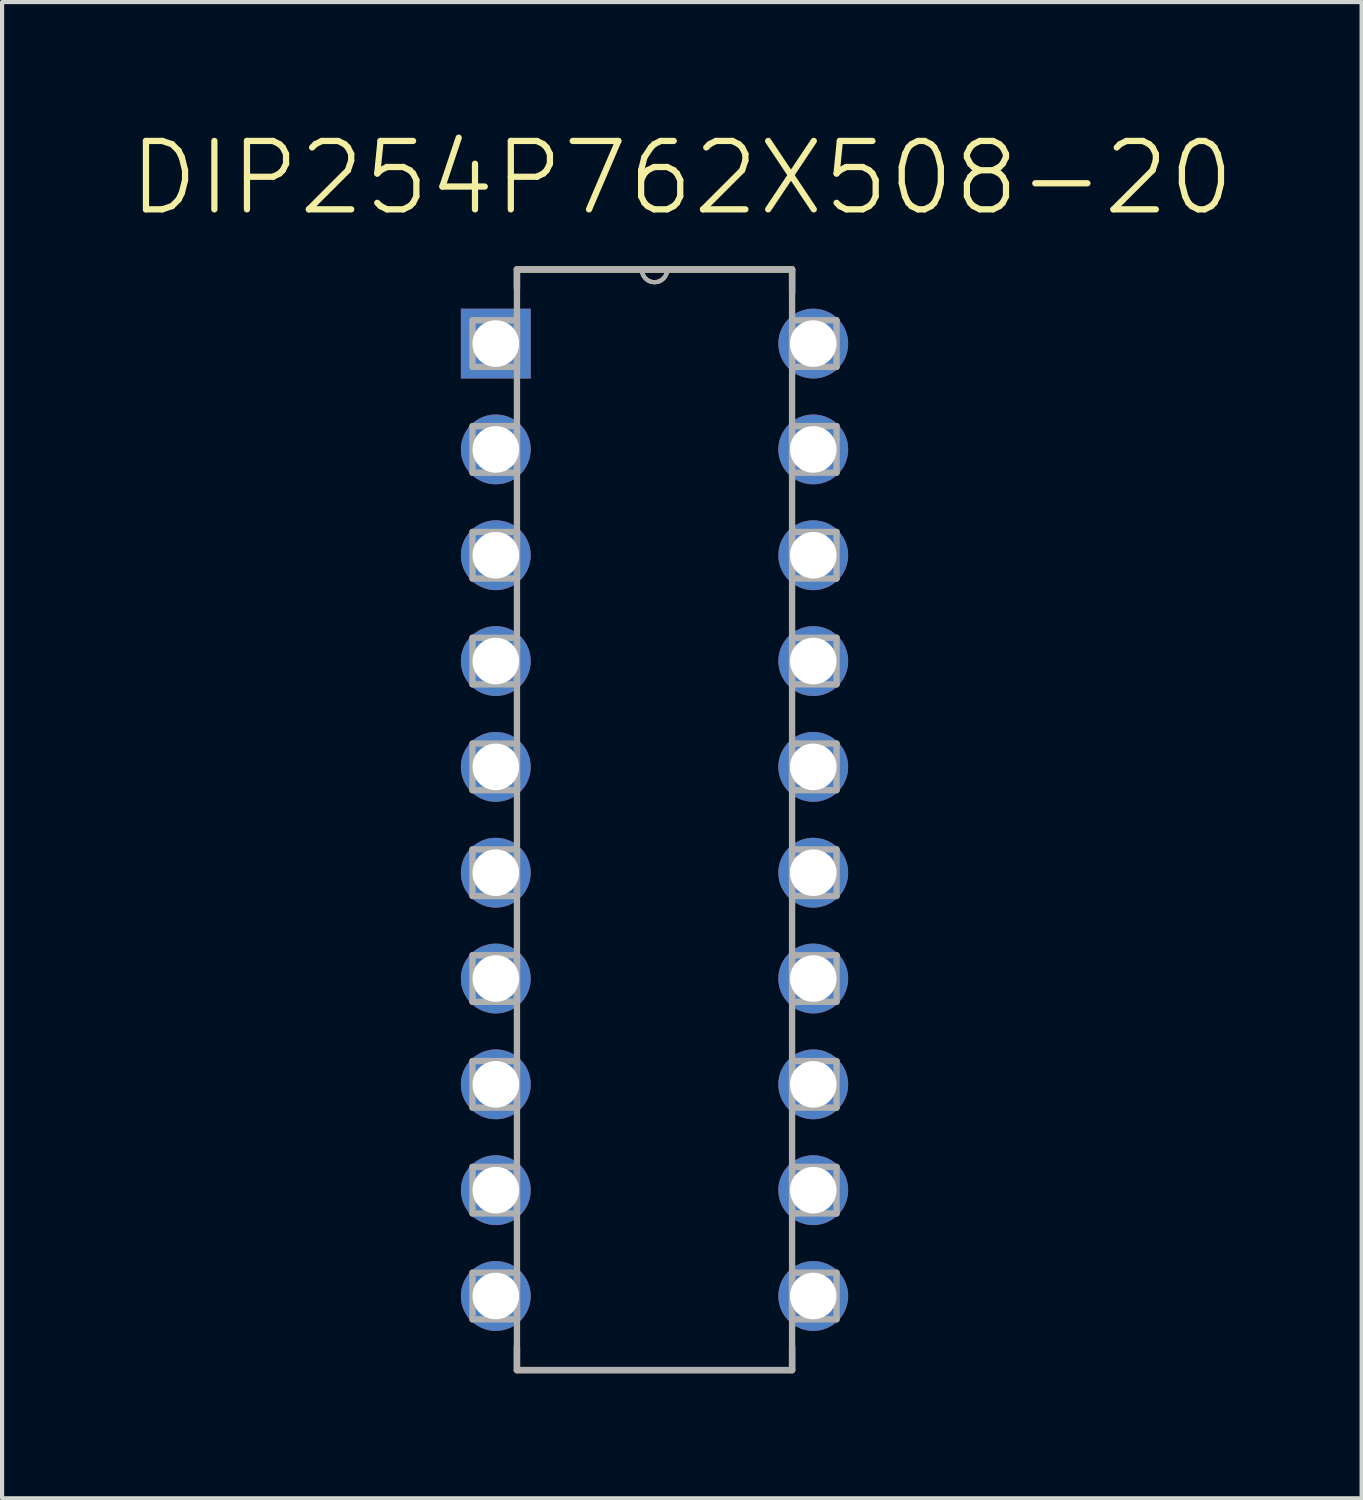
<source format=kicad_pcb>
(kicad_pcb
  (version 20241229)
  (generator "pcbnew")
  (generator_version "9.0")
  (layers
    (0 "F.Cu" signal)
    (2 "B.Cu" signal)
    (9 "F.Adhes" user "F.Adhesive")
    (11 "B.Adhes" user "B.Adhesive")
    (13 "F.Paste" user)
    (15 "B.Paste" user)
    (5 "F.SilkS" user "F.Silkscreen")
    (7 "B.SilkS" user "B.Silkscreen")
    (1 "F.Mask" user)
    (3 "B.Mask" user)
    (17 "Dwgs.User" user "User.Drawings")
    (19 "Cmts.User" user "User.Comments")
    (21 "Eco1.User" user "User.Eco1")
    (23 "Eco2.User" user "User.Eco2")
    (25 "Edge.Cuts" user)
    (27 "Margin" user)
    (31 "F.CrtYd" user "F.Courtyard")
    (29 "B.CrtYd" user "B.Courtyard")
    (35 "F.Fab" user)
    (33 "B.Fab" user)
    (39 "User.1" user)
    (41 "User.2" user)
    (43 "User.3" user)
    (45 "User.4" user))
  (footprint "DIP254P762X508-20"
    (layer "F.Cu")
    (at 16.47 28.057)
    (property "Reference" "DIP254P762X508-20" (at -3.154 -26.834 0) (layer "F.SilkS") (effects (font (size 1.642 1.642) (thickness 0.15))))
    (attr through_hole)
    (fp_line (start -7.112 -24.638) (end -7.112 -24.181) (stroke (width 0.152) (type solid)) (layer "F.SilkS"))
    (fp_line (start -7.112 1.219) (end -7.112 1.778) (stroke (width 0.152) (type solid)) (layer "F.SilkS"))
    (fp_line (start -7.112 1.778) (end -0.508 1.778) (stroke (width 0.152) (type solid)) (layer "F.SilkS"))
    (fp_line (start -4.115 -24.638) (end -7.112 -24.638) (stroke (width 0.152) (type solid)) (layer "F.SilkS"))
    (fp_line (start -3.505 -24.638) (end -4.115 -24.638) (stroke (width 0.152) (type solid)) (layer "F.SilkS"))
    (fp_line (start -0.508 -24.638) (end -3.505 -24.638) (stroke (width 0.152) (type solid)) (layer "F.SilkS"))
    (fp_line (start -0.508 -24.079) (end -0.508 -24.638) (stroke (width 0.152) (type solid)) (layer "F.SilkS"))
    (fp_line (start -0.508 1.778) (end -0.508 1.219) (stroke (width 0.152) (type solid)) (layer "F.SilkS"))
    (fp_arc (start -3.5052 -24.638) (mid -3.81 -24.3332) (end -4.1148 -24.638) (stroke (width 0.1) (type solid)) (layer "F.SilkS"))
    (fp_line (start -8.179 -23.419) (end -8.179 -22.301) (stroke (width 0.152) (type solid)) (layer "F.Fab"))
    (fp_line (start -8.179 -22.301) (end -7.112 -22.301) (stroke (width 0.152) (type solid)) (layer "F.Fab"))
    (fp_line (start -8.179 -20.879) (end -8.179 -19.761) (stroke (width 0.152) (type solid)) (layer "F.Fab"))
    (fp_line (start -8.179 -19.761) (end -7.112 -19.761) (stroke (width 0.152) (type solid)) (layer "F.Fab"))
    (fp_line (start -8.179 -18.339) (end -8.179 -17.221) (stroke (width 0.152) (type solid)) (layer "F.Fab"))
    (fp_line (start -8.179 -17.221) (end -7.112 -17.221) (stroke (width 0.152) (type solid)) (layer "F.Fab"))
    (fp_line (start -8.179 -15.799) (end -8.179 -14.681) (stroke (width 0.152) (type solid)) (layer "F.Fab"))
    (fp_line (start -8.179 -14.681) (end -7.112 -14.681) (stroke (width 0.152) (type solid)) (layer "F.Fab"))
    (fp_line (start -8.179 -13.259) (end -8.179 -12.141) (stroke (width 0.152) (type solid)) (layer "F.Fab"))
    (fp_line (start -8.179 -12.141) (end -7.112 -12.141) (stroke (width 0.152) (type solid)) (layer "F.Fab"))
    (fp_line (start -8.179 -10.719) (end -8.179 -9.601) (stroke (width 0.152) (type solid)) (layer "F.Fab"))
    (fp_line (start -8.179 -9.601) (end -7.112 -9.601) (stroke (width 0.152) (type solid)) (layer "F.Fab"))
    (fp_line (start -8.179 -8.179) (end -8.179 -7.061) (stroke (width 0.152) (type solid)) (layer "F.Fab"))
    (fp_line (start -8.179 -7.061) (end -7.112 -7.061) (stroke (width 0.152) (type solid)) (layer "F.Fab"))
    (fp_line (start -8.179 -5.639) (end -8.179 -4.521) (stroke (width 0.152) (type solid)) (layer "F.Fab"))
    (fp_line (start -8.179 -4.521) (end -7.112 -4.521) (stroke (width 0.152) (type solid)) (layer "F.Fab"))
    (fp_line (start -8.179 -3.099) (end -8.179 -1.981) (stroke (width 0.152) (type solid)) (layer "F.Fab"))
    (fp_line (start -8.179 -1.981) (end -7.112 -1.981) (stroke (width 0.152) (type solid)) (layer "F.Fab"))
    (fp_line (start -8.179 -0.559) (end -8.179 0.559) (stroke (width 0.152) (type solid)) (layer "F.Fab"))
    (fp_line (start -8.179 0.559) (end -7.112 0.559) (stroke (width 0.152) (type solid)) (layer "F.Fab"))
    (fp_line (start -7.112 -24.638) (end -7.112 1.778) (stroke (width 0.152) (type solid)) (layer "F.Fab"))
    (fp_line (start -7.112 -23.419) (end -8.179 -23.419) (stroke (width 0.152) (type solid)) (layer "F.Fab"))
    (fp_line (start -7.112 -22.301) (end -7.112 -23.419) (stroke (width 0.152) (type solid)) (layer "F.Fab"))
    (fp_line (start -7.112 -20.879) (end -8.179 -20.879) (stroke (width 0.152) (type solid)) (layer "F.Fab"))
    (fp_line (start -7.112 -19.761) (end -7.112 -20.879) (stroke (width 0.152) (type solid)) (layer "F.Fab"))
    (fp_line (start -7.112 -18.339) (end -8.179 -18.339) (stroke (width 0.152) (type solid)) (layer "F.Fab"))
    (fp_line (start -7.112 -17.221) (end -7.112 -18.339) (stroke (width 0.152) (type solid)) (layer "F.Fab"))
    (fp_line (start -7.112 -15.799) (end -8.179 -15.799) (stroke (width 0.152) (type solid)) (layer "F.Fab"))
    (fp_line (start -7.112 -14.681) (end -7.112 -15.799) (stroke (width 0.152) (type solid)) (layer "F.Fab"))
    (fp_line (start -7.112 -13.259) (end -8.179 -13.259) (stroke (width 0.152) (type solid)) (layer "F.Fab"))
    (fp_line (start -7.112 -12.141) (end -7.112 -13.259) (stroke (width 0.152) (type solid)) (layer "F.Fab"))
    (fp_line (start -7.112 -10.719) (end -8.179 -10.719) (stroke (width 0.152) (type solid)) (layer "F.Fab"))
    (fp_line (start -7.112 -9.601) (end -7.112 -10.719) (stroke (width 0.152) (type solid)) (layer "F.Fab"))
    (fp_line (start -7.112 -8.179) (end -8.179 -8.179) (stroke (width 0.152) (type solid)) (layer "F.Fab"))
    (fp_line (start -7.112 -7.061) (end -7.112 -8.179) (stroke (width 0.152) (type solid)) (layer "F.Fab"))
    (fp_line (start -7.112 -5.639) (end -8.179 -5.639) (stroke (width 0.152) (type solid)) (layer "F.Fab"))
    (fp_line (start -7.112 -4.521) (end -7.112 -5.639) (stroke (width 0.152) (type solid)) (layer "F.Fab"))
    (fp_line (start -7.112 -3.099) (end -8.179 -3.099) (stroke (width 0.152) (type solid)) (layer "F.Fab"))
    (fp_line (start -7.112 -1.981) (end -7.112 -3.099) (stroke (width 0.152) (type solid)) (layer "F.Fab"))
    (fp_line (start -7.112 -0.559) (end -8.179 -0.559) (stroke (width 0.152) (type solid)) (layer "F.Fab"))
    (fp_line (start -7.112 0.559) (end -7.112 -0.559) (stroke (width 0.152) (type solid)) (layer "F.Fab"))
    (fp_line (start -7.112 1.778) (end -0.508 1.778) (stroke (width 0.152) (type solid)) (layer "F.Fab"))
    (fp_line (start -4.115 -24.638) (end -7.112 -24.638) (stroke (width 0.152) (type solid)) (layer "F.Fab"))
    (fp_line (start -3.505 -24.638) (end -4.115 -24.638) (stroke (width 0.152) (type solid)) (layer "F.Fab"))
    (fp_line (start -0.508 -24.638) (end -3.505 -24.638) (stroke (width 0.152) (type solid)) (layer "F.Fab"))
    (fp_line (start -0.508 -23.419) (end -0.508 -22.301) (stroke (width 0.152) (type solid)) (layer "F.Fab"))
    (fp_line (start -0.508 -22.301) (end 0.559 -22.301) (stroke (width 0.152) (type solid)) (layer "F.Fab"))
    (fp_line (start -0.508 -20.879) (end -0.508 -19.761) (stroke (width 0.152) (type solid)) (layer "F.Fab"))
    (fp_line (start -0.508 -19.761) (end 0.559 -19.761) (stroke (width 0.152) (type solid)) (layer "F.Fab"))
    (fp_line (start -0.508 -18.339) (end -0.508 -17.221) (stroke (width 0.152) (type solid)) (layer "F.Fab"))
    (fp_line (start -0.508 -17.221) (end 0.559 -17.221) (stroke (width 0.152) (type solid)) (layer "F.Fab"))
    (fp_line (start -0.508 -15.799) (end -0.508 -14.681) (stroke (width 0.152) (type solid)) (layer "F.Fab"))
    (fp_line (start -0.508 -14.681) (end 0.559 -14.681) (stroke (width 0.152) (type solid)) (layer "F.Fab"))
    (fp_line (start -0.508 -13.259) (end -0.508 -12.141) (stroke (width 0.152) (type solid)) (layer "F.Fab"))
    (fp_line (start -0.508 -12.141) (end 0.559 -12.141) (stroke (width 0.152) (type solid)) (layer "F.Fab"))
    (fp_line (start -0.508 -10.719) (end -0.508 -9.601) (stroke (width 0.152) (type solid)) (layer "F.Fab"))
    (fp_line (start -0.508 -9.601) (end 0.559 -9.601) (stroke (width 0.152) (type solid)) (layer "F.Fab"))
    (fp_line (start -0.508 -8.179) (end -0.508 -7.061) (stroke (width 0.152) (type solid)) (layer "F.Fab"))
    (fp_line (start -0.508 -7.061) (end 0.559 -7.061) (stroke (width 0.152) (type solid)) (layer "F.Fab"))
    (fp_line (start -0.508 -5.639) (end -0.508 -4.521) (stroke (width 0.152) (type solid)) (layer "F.Fab"))
    (fp_line (start -0.508 -4.521) (end 0.559 -4.521) (stroke (width 0.152) (type solid)) (layer "F.Fab"))
    (fp_line (start -0.508 -3.099) (end -0.508 -1.981) (stroke (width 0.152) (type solid)) (layer "F.Fab"))
    (fp_line (start -0.508 -1.981) (end 0.559 -1.981) (stroke (width 0.152) (type solid)) (layer "F.Fab"))
    (fp_line (start -0.508 -0.559) (end -0.508 0.559) (stroke (width 0.152) (type solid)) (layer "F.Fab"))
    (fp_line (start -0.508 0.559) (end 0.559 0.559) (stroke (width 0.152) (type solid)) (layer "F.Fab"))
    (fp_line (start -0.508 1.778) (end -0.508 -24.638) (stroke (width 0.152) (type solid)) (layer "F.Fab"))
    (fp_line (start 0.559 -23.419) (end -0.508 -23.419) (stroke (width 0.152) (type solid)) (layer "F.Fab"))
    (fp_line (start 0.559 -22.301) (end 0.559 -23.419) (stroke (width 0.152) (type solid)) (layer "F.Fab"))
    (fp_line (start 0.559 -20.879) (end -0.508 -20.879) (stroke (width 0.152) (type solid)) (layer "F.Fab"))
    (fp_line (start 0.559 -19.761) (end 0.559 -20.879) (stroke (width 0.152) (type solid)) (layer "F.Fab"))
    (fp_line (start 0.559 -18.339) (end -0.508 -18.339) (stroke (width 0.152) (type solid)) (layer "F.Fab"))
    (fp_line (start 0.559 -17.221) (end 0.559 -18.339) (stroke (width 0.152) (type solid)) (layer "F.Fab"))
    (fp_line (start 0.559 -15.799) (end -0.508 -15.799) (stroke (width 0.152) (type solid)) (layer "F.Fab"))
    (fp_line (start 0.559 -14.681) (end 0.559 -15.799) (stroke (width 0.152) (type solid)) (layer "F.Fab"))
    (fp_line (start 0.559 -13.259) (end -0.508 -13.259) (stroke (width 0.152) (type solid)) (layer "F.Fab"))
    (fp_line (start 0.559 -12.141) (end 0.559 -13.259) (stroke (width 0.152) (type solid)) (layer "F.Fab"))
    (fp_line (start 0.559 -10.719) (end -0.508 -10.719) (stroke (width 0.152) (type solid)) (layer "F.Fab"))
    (fp_line (start 0.559 -9.601) (end 0.559 -10.719) (stroke (width 0.152) (type solid)) (layer "F.Fab"))
    (fp_line (start 0.559 -8.179) (end -0.508 -8.179) (stroke (width 0.152) (type solid)) (layer "F.Fab"))
    (fp_line (start 0.559 -7.061) (end 0.559 -8.179) (stroke (width 0.152) (type solid)) (layer "F.Fab"))
    (fp_line (start 0.559 -5.639) (end -0.508 -5.639) (stroke (width 0.152) (type solid)) (layer "F.Fab"))
    (fp_line (start 0.559 -4.521) (end 0.559 -5.639) (stroke (width 0.152) (type solid)) (layer "F.Fab"))
    (fp_line (start 0.559 -3.099) (end -0.508 -3.099) (stroke (width 0.152) (type solid)) (layer "F.Fab"))
    (fp_line (start 0.559 -1.981) (end 0.559 -3.099) (stroke (width 0.152) (type solid)) (layer "F.Fab"))
    (fp_line (start 0.559 -0.559) (end -0.508 -0.559) (stroke (width 0.152) (type solid)) (layer "F.Fab"))
    (fp_line (start 0.559 0.559) (end 0.559 -0.559) (stroke (width 0.152) (type solid)) (layer "F.Fab"))
    (fp_arc (start -3.5052 -24.638) (mid -3.81 -24.3332) (end -4.1148 -24.638) (stroke (width 0.1) (type solid)) (layer "F.Fab"))
    (pad "1" thru_hole rect (at -7.62 -22.86) (size 1.676 1.676) (drill 1.118) (layers "*.Cu" "*.Mask"))
    (pad "2" thru_hole circle (at -7.62 -20.32) (size 1.676 1.676) (drill 1.118) (layers "*.Cu" "*.Mask"))
    (pad "3" thru_hole circle (at -7.62 -17.78) (size 1.676 1.676) (drill 1.118) (layers "*.Cu" "*.Mask"))
    (pad "4" thru_hole circle (at -7.62 -15.24) (size 1.676 1.676) (drill 1.118) (layers "*.Cu" "*.Mask"))
    (pad "5" thru_hole circle (at -7.62 -12.7) (size 1.676 1.676) (drill 1.118) (layers "*.Cu" "*.Mask"))
    (pad "6" thru_hole circle (at -7.62 -10.16) (size 1.676 1.676) (drill 1.118) (layers "*.Cu" "*.Mask"))
    (pad "7" thru_hole circle (at -7.62 -7.62) (size 1.676 1.676) (drill 1.118) (layers "*.Cu" "*.Mask"))
    (pad "8" thru_hole circle (at -7.62 -5.08) (size 1.676 1.676) (drill 1.118) (layers "*.Cu" "*.Mask"))
    (pad "9" thru_hole circle (at -7.62 -2.54) (size 1.676 1.676) (drill 1.118) (layers "*.Cu" "*.Mask"))
    (pad "10" thru_hole circle (at -7.62 0) (size 1.676 1.676) (drill 1.118) (layers "*.Cu" "*.Mask"))
    (pad "11" thru_hole circle (at 0 0) (size 1.676 1.676) (drill 1.118) (layers "*.Cu" "*.Mask"))
    (pad "12" thru_hole circle (at 0 -2.54) (size 1.676 1.676) (drill 1.118) (layers "*.Cu" "*.Mask"))
    (pad "13" thru_hole circle (at 0 -5.08) (size 1.676 1.676) (drill 1.118) (layers "*.Cu" "*.Mask"))
    (pad "14" thru_hole circle (at 0 -7.62) (size 1.676 1.676) (drill 1.118) (layers "*.Cu" "*.Mask"))
    (pad "15" thru_hole circle (at 0 -10.16) (size 1.676 1.676) (drill 1.118) (layers "*.Cu" "*.Mask"))
    (pad "16" thru_hole circle (at 0 -12.7) (size 1.676 1.676) (drill 1.118) (layers "*.Cu" "*.Mask"))
    (pad "17" thru_hole circle (at 0 -15.24) (size 1.676 1.676) (drill 1.118) (layers "*.Cu" "*.Mask"))
    (pad "18" thru_hole circle (at 0 -17.78) (size 1.676 1.676) (drill 1.118) (layers "*.Cu" "*.Mask"))
    (pad "19" thru_hole circle (at 0 -20.32) (size 1.676 1.676) (drill 1.118) (layers "*.Cu" "*.Mask"))
    (pad "20" thru_hole circle (at 0 -22.86) (size 1.676 1.676) (drill 1.118) (layers "*.Cu" "*.Mask")))
  (gr_rect
    (start -3 -3)
    (end 29.632 32.912)
    (stroke (width 0.1) (type default))
    (fill no)
    (layer "Edge.Cuts")))
</source>
